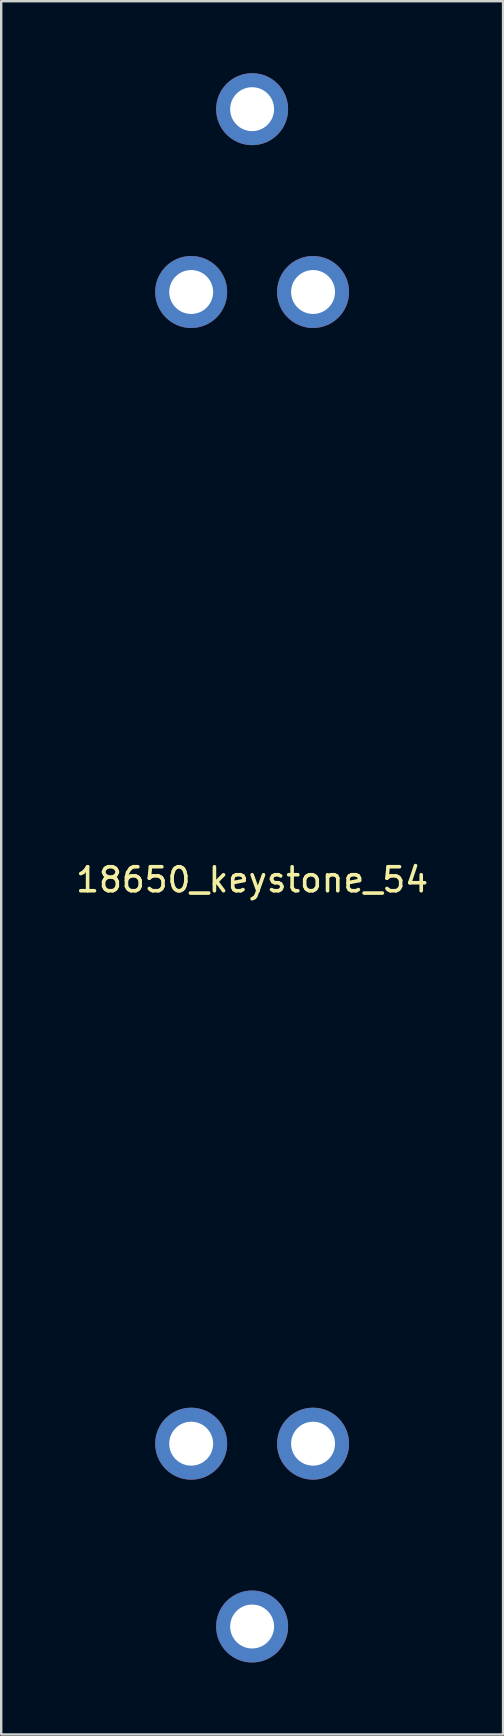
<source format=kicad_pcb>
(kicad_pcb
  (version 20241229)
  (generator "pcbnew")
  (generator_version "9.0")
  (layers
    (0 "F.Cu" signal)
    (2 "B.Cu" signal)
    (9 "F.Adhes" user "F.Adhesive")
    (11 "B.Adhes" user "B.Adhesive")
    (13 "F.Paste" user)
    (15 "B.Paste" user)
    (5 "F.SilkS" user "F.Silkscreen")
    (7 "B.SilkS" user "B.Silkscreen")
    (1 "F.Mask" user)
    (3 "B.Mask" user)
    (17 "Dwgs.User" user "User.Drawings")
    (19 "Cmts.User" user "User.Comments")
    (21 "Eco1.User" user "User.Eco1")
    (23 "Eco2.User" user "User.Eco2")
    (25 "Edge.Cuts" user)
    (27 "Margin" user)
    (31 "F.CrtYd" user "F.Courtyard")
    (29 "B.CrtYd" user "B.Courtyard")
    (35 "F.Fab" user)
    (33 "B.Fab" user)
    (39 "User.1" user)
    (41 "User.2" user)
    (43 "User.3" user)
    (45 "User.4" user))
  (footprint "18650_keystone_54"
    (layer "F.Cu")
    (at 7.458 33.12)
    (property "Reference" "18650_keystone_54" (at 0 0.5 0) (layer "F.SilkS") (effects (font (size 1 1) (thickness 0.15))))
    (attr through_hole)
    (pad "1" thru_hole circle (at -2.54 24) (size 3 3) (drill 1.83) (layers "*.Cu" "*.Mask"))
    (pad "1" thru_hole circle (at 0 31.62) (size 3 3) (drill 1.83) (layers "*.Cu" "*.Mask"))
    (pad "1" thru_hole circle (at 2.54 24) (size 3 3) (drill 1.83) (layers "*.Cu" "*.Mask"))
    (pad "2" thru_hole circle (at -2.54 -24 180) (size 3 3) (drill 1.83) (layers "*.Cu" "*.Mask"))
    (pad "2" thru_hole circle (at 0 -31.62 180) (size 3 3) (drill 1.83) (layers "*.Cu" "*.Mask"))
    (pad "2" thru_hole circle (at 2.54 -24 180) (size 3 3) (drill 1.83) (layers "*.Cu" "*.Mask")))
  (gr_rect
    (start -3 -3)
    (end 17.917 69.24)
    (stroke (width 0.1) (type default))
    (fill no)
    (layer "Edge.Cuts")))
</source>
